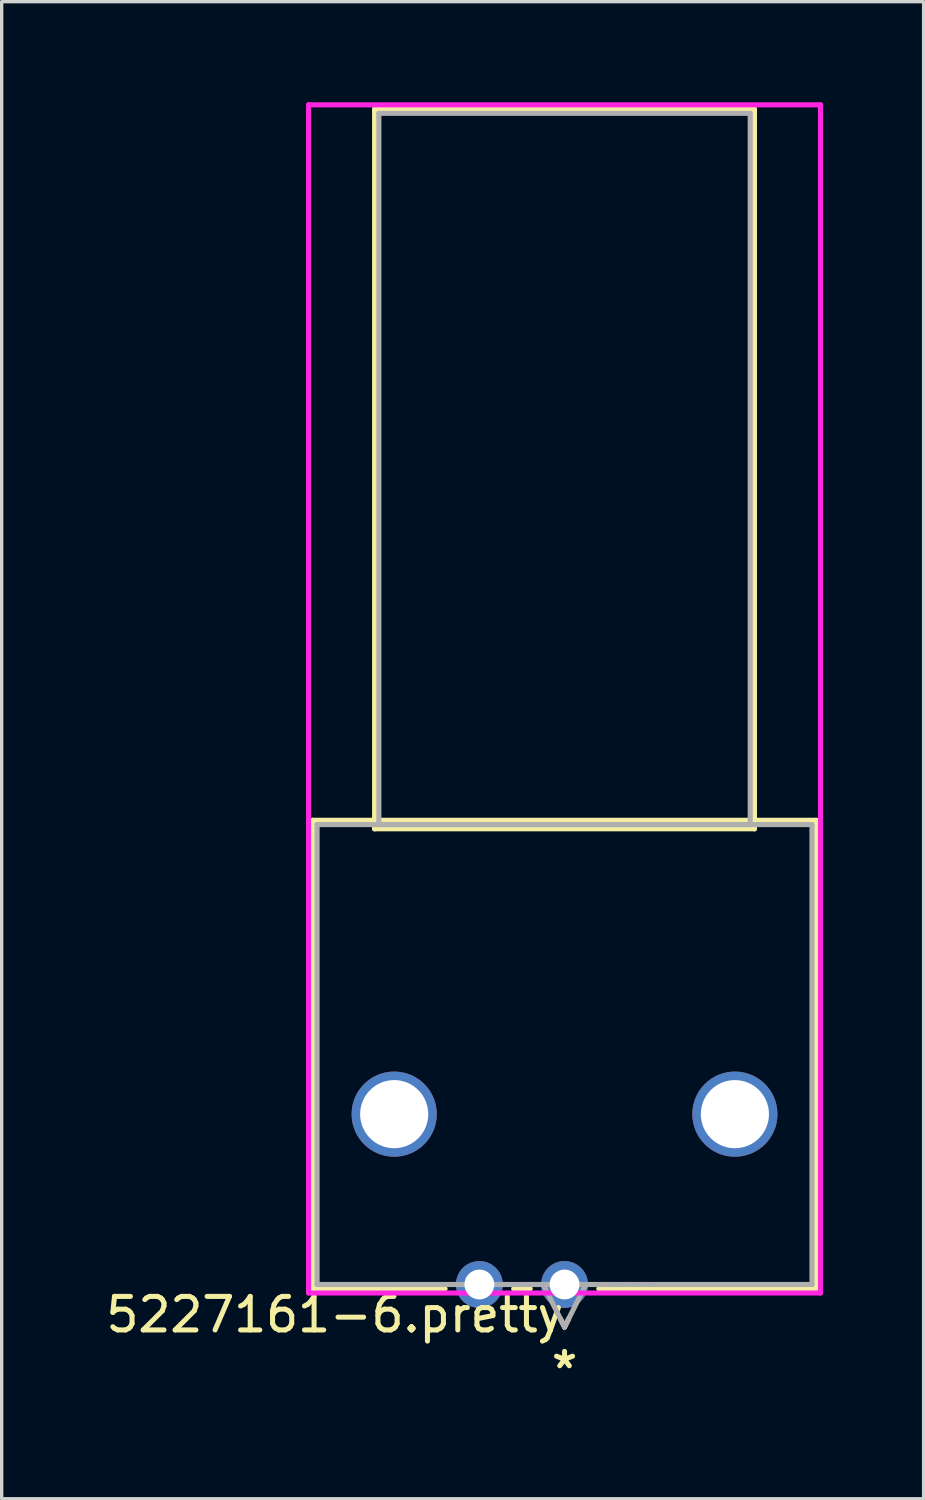
<source format=kicad_pcb>
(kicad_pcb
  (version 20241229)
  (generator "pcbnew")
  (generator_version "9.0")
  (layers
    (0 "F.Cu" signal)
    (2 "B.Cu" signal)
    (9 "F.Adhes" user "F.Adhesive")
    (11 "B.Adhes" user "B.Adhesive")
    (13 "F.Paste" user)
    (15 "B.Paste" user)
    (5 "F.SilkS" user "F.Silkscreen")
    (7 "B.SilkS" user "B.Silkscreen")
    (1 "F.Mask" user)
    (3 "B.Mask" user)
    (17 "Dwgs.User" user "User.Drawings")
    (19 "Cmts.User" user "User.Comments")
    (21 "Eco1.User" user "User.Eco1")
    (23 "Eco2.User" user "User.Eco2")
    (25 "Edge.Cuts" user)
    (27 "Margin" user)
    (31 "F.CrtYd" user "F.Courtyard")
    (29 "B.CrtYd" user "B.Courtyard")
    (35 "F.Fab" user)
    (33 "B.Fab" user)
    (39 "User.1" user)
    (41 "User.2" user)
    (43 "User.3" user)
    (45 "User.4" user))
  (footprint "5227161-6.pretty"
    (layer "F.Cu")
    (at 13.785 35.255)
    (property "Reference" "5227161-6.pretty" (at -6.85 0.9 0) (layer "F.SilkS") (effects (font (size 1 1) (thickness 0.15))))
    (attr through_hole)
    (fp_line (start -7.506 -13.843) (end -7.506 0.127) (stroke (width 0.152) (type solid)) (layer "F.SilkS"))
    (fp_line (start -7.506 0.127) (end -3.563 0.127) (stroke (width 0.152) (type solid)) (layer "F.SilkS"))
    (fp_line (start -5.664 -35.052) (end -5.664 -13.589) (stroke (width 0.152) (type solid)) (layer "F.SilkS"))
    (fp_line (start -5.664 -13.589) (end 5.664 -13.589) (stroke (width 0.152) (type solid)) (layer "F.SilkS"))
    (fp_line (start -1.517 0.127) (end -1.023 0.127) (stroke (width 0.152) (type solid)) (layer "F.SilkS"))
    (fp_line (start -0.123 1.024) (end 0 1.27) (stroke (width 0.152) (type solid)) (layer "F.SilkS"))
    (fp_line (start 0.123 1.024) (end 0 1.27) (stroke (width 0.152) (type solid)) (layer "F.SilkS"))
    (fp_line (start 1.023 0.127) (end 7.506 0.127) (stroke (width 0.152) (type solid)) (layer "F.SilkS"))
    (fp_line (start 5.664 -35.052) (end -5.664 -35.052) (stroke (width 0.152) (type solid)) (layer "F.SilkS"))
    (fp_line (start 5.664 -13.589) (end 5.664 -35.052) (stroke (width 0.152) (type solid)) (layer "F.SilkS"))
    (fp_line (start 7.506 -13.843) (end -7.506 -13.843) (stroke (width 0.152) (type solid)) (layer "F.SilkS"))
    (fp_line (start 7.506 0.127) (end 7.506 -13.843) (stroke (width 0.152) (type solid)) (layer "F.SilkS"))
    (fp_line (start -7.633 -35.179) (end -7.633 0.254) (stroke (width 0.152) (type solid)) (layer "F.CrtYd"))
    (fp_line (start -7.633 0.254) (end 7.633 0.254) (stroke (width 0.152) (type solid)) (layer "F.CrtYd"))
    (fp_line (start 7.633 -35.179) (end -7.633 -35.179) (stroke (width 0.152) (type solid)) (layer "F.CrtYd"))
    (fp_line (start 7.633 0.254) (end 7.633 -35.179) (stroke (width 0.152) (type solid)) (layer "F.CrtYd"))
    (fp_line (start -7.379 -13.716) (end -7.379 0) (stroke (width 0.152) (type solid)) (layer "F.Fab"))
    (fp_line (start -7.379 0) (end 7.379 0) (stroke (width 0.152) (type solid)) (layer "F.Fab"))
    (fp_line (start -5.537 -34.925) (end -5.537 -13.716) (stroke (width 0.152) (type solid)) (layer "F.Fab"))
    (fp_line (start -5.537 -13.716) (end 5.537 -13.716) (stroke (width 0.152) (type solid)) (layer "F.Fab"))
    (fp_line (start -0.635 0) (end 0 1.27) (stroke (width 0.152) (type solid)) (layer "F.Fab"))
    (fp_line (start 0.635 0) (end 0 1.27) (stroke (width 0.152) (type solid)) (layer "F.Fab"))
    (fp_line (start 5.537 -34.925) (end -5.537 -34.925) (stroke (width 0.152) (type solid)) (layer "F.Fab"))
    (fp_line (start 5.537 -13.716) (end 5.537 -34.925) (stroke (width 0.152) (type solid)) (layer "F.Fab"))
    (fp_line (start 7.379 -13.716) (end -7.379 -13.716) (stroke (width 0.152) (type solid)) (layer "F.Fab"))
    (fp_line (start 7.379 0) (end 7.379 -13.716) (stroke (width 0.152) (type solid)) (layer "F.Fab"))
    (fp_text user "*" (at 0 2.54 0) (layer "F.SilkS") (effects (font (size 1 1) (thickness 0.15))))
    (fp_text user "Copyright 2016 Accelerated Designs. All rights reserved." (at 0 0 0) (layer "Cmts.User") (effects (font (size 0.127 0.127) (thickness 0.002))))
    (pad "1" thru_hole circle (at 0 0) (size 1.397 1.397) (drill 0.889) (layers "*.Cu" "*.Mask"))
    (pad "2" thru_hole circle (at -2.54 0) (size 1.397 1.397) (drill 0.889) (layers "*.Cu" "*.Mask"))
    (pad "3" thru_hole circle (at -5.08 -5.08) (size 2.54 2.54) (drill 2.032) (layers "*.Cu" "*.Mask"))
    (pad "4" thru_hole circle (at 5.08 -5.08) (size 2.54 2.54) (drill 2.032) (layers "*.Cu" "*.Mask")))
  (gr_rect
    (start -3 -3)
    (end 24.493 41.643)
    (stroke (width 0.1) (type default))
    (fill no)
    (layer "Edge.Cuts")))
</source>
